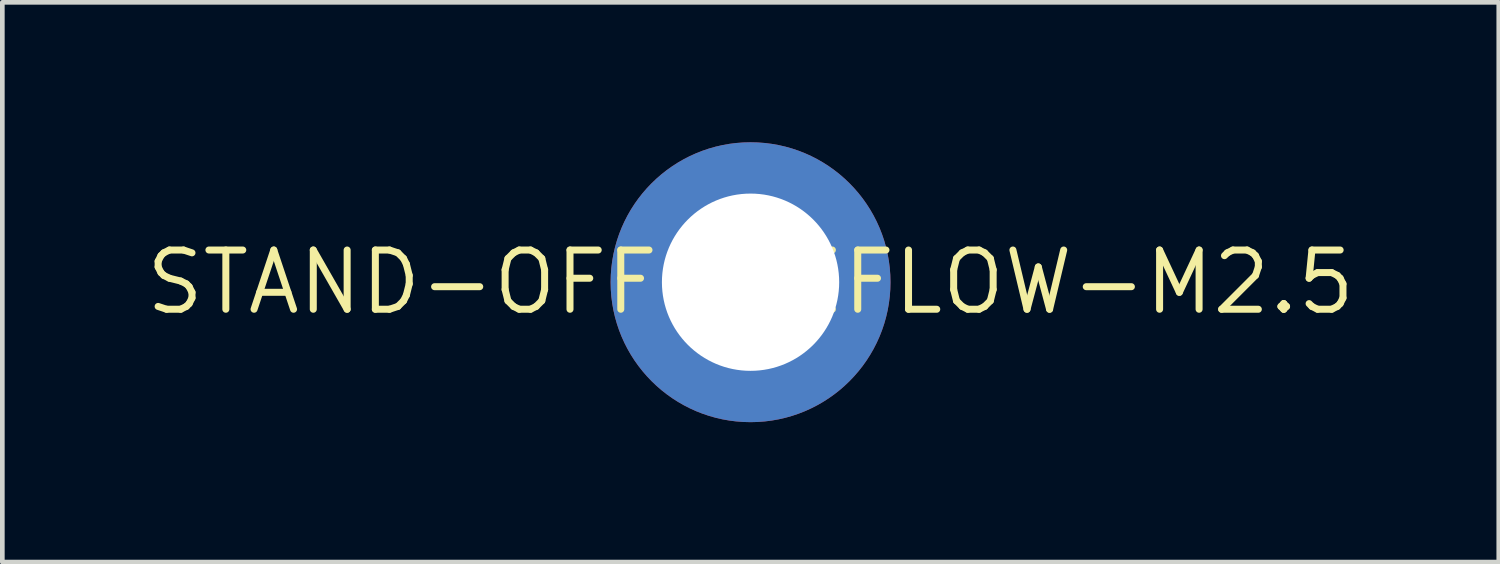
<source format=kicad_pcb>
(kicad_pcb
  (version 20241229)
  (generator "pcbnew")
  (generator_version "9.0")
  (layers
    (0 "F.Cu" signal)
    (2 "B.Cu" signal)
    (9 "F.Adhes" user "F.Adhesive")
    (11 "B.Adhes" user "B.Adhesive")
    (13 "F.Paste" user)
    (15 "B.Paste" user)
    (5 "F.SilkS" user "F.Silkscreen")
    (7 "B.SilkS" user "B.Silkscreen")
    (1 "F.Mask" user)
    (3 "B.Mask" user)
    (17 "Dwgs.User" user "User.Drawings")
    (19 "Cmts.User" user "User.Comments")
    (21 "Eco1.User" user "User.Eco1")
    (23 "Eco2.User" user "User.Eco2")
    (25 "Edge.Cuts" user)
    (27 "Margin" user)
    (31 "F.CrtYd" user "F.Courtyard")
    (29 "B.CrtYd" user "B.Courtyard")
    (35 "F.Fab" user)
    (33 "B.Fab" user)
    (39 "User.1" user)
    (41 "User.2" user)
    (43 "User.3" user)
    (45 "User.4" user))
  (footprint "STAND-OFF-REFLOW-M2.5"
    (layer "F.Cu")
    (at 13.04 3)
    (property "Reference" "STAND-OFF-REFLOW-M2.5" (at 0 0 0) (layer "F.SilkS") (effects (font (size 1.27 1.27) (thickness 0.15))))
    (attr through_hole)
    (fp_poly (pts (xy -1.9 -0.4) (xy -1.9 -0.4) (xy -1.838 -0.677) (xy -1.732 -0.941) (xy -1.585 -1.185) (xy -1.401 -1.401) (xy -1.185 -1.585) (xy -0.941 -1.732) (xy -0.677 -1.838) (xy -0.4 -1.9) (xy -0.4 -3) (xy -0.4 -3) (xy -0.755 -2.936) (xy -1.099 -2.83) (xy -1.427 -2.682) (xy -1.736 -2.496) (xy -2.02 -2.274) (xy -2.274 -2.02) (xy -2.496 -1.736) (xy -2.682 -1.427) (xy -2.83 -1.099) (xy -3 -0.4)) (stroke (width 0) (type solid)) (fill yes) (layer "F.Paste"))
    (fp_poly (pts (xy -0.4 1.9) (xy -0.4 1.9) (xy -0.677 1.838) (xy -0.941 1.732) (xy -1.185 1.585) (xy -1.401 1.401) (xy -1.585 1.185) (xy -1.732 0.941) (xy -1.838 0.677) (xy -1.9 0.4) (xy -3 0.4) (xy -3 0.4) (xy -2.936 0.755) (xy -2.83 1.099) (xy -2.682 1.427) (xy -2.496 1.736) (xy -2.274 2.02) (xy -2.02 2.274) (xy -1.736 2.496) (xy -1.427 2.682) (xy -1.099 2.83) (xy -0.4 3)) (stroke (width 0) (type solid)) (fill yes) (layer "F.Paste"))
    (fp_poly (pts (xy 0.4 -1.9) (xy 0.4 -1.9) (xy 0.677 -1.838) (xy 0.941 -1.732) (xy 1.185 -1.585) (xy 1.401 -1.401) (xy 1.585 -1.185) (xy 1.732 -0.941) (xy 1.9 -0.4) (xy 3 -0.4) (xy 3 -0.4) (xy 2.936 -0.755) (xy 2.83 -1.099) (xy 2.682 -1.427) (xy 2.496 -1.736) (xy 2.274 -2.02) (xy 2.02 -2.274) (xy 1.736 -2.496) (xy 1.427 -2.682) (xy 1.099 -2.83) (xy 0.755 -2.936) (xy 0.4 -3)) (stroke (width 0) (type solid)) (fill yes) (layer "F.Paste"))
    (fp_poly (pts (xy 1.9 0.4) (xy 1.9 0.4) (xy 1.838 0.677) (xy 1.732 0.941) (xy 1.585 1.185) (xy 1.401 1.401) (xy 1.185 1.585) (xy 0.941 1.732) (xy 0.4 1.9) (xy 0.4 3) (xy 0.4 3) (xy 0.755 2.936) (xy 1.099 2.83) (xy 1.427 2.682) (xy 1.736 2.496) (xy 2.02 2.274) (xy 2.274 2.02) (xy 2.496 1.736) (xy 2.682 1.427) (xy 2.83 1.099) (xy 2.936 0.755) (xy 3 0.4)) (stroke (width 0) (type solid)) (fill yes) (layer "F.Paste"))
    (pad "1" thru_hole circle (at 0 0) (size 6 6) (drill 3.8) (layers "*.Cu" "*.Mask")))
  (gr_rect
    (start -3 -3)
    (end 29.08 9)
    (stroke (width 0.1) (type default))
    (fill no)
    (layer "Edge.Cuts")))
</source>
